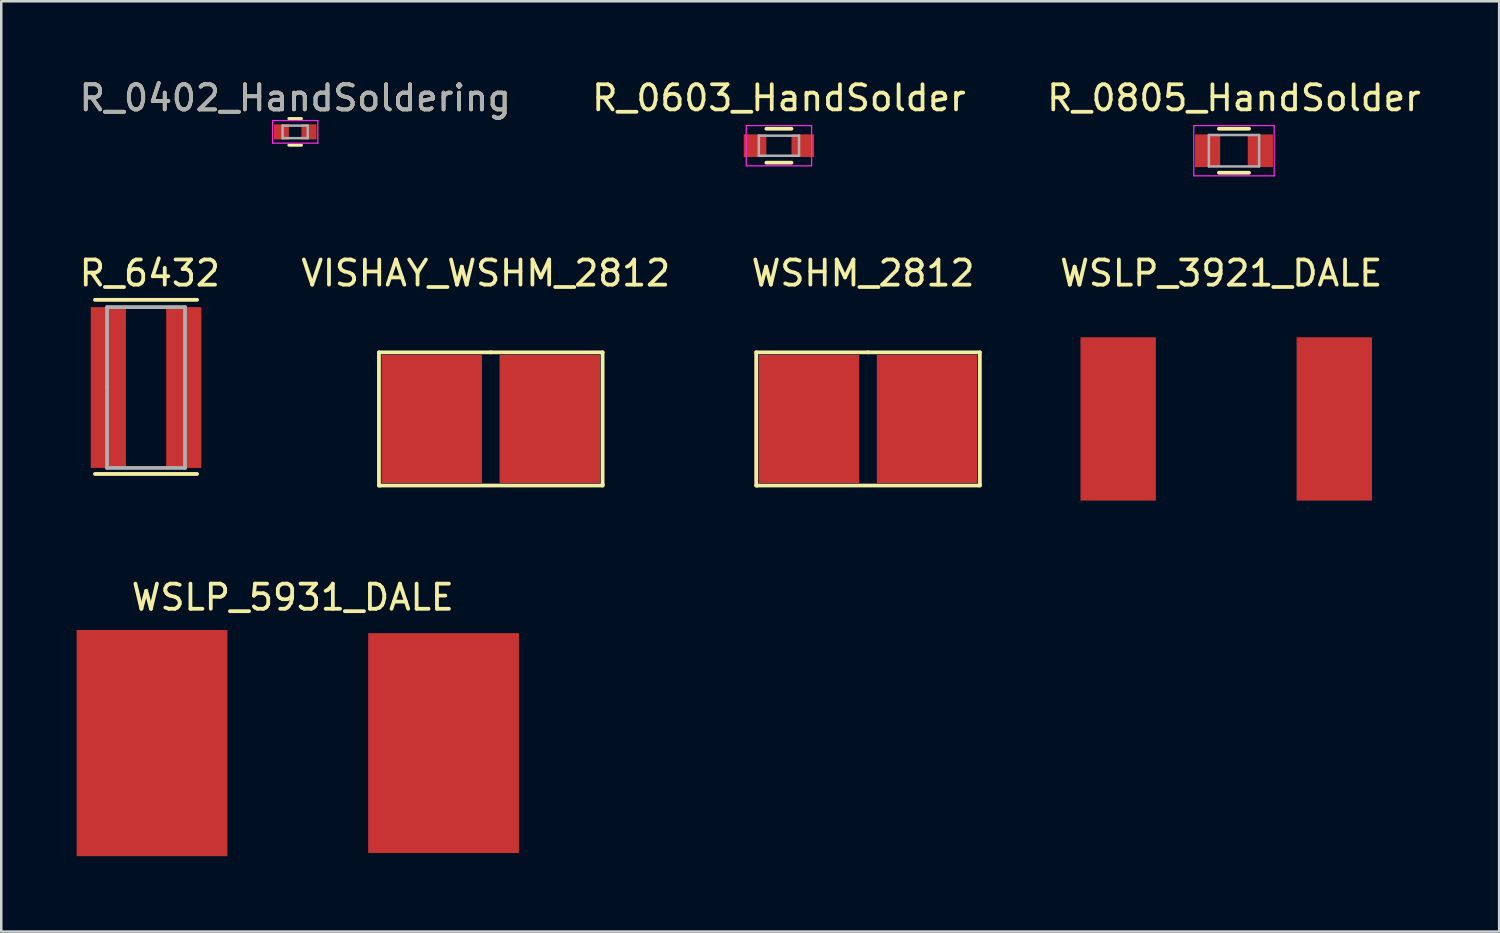
<source format=kicad_pcb>
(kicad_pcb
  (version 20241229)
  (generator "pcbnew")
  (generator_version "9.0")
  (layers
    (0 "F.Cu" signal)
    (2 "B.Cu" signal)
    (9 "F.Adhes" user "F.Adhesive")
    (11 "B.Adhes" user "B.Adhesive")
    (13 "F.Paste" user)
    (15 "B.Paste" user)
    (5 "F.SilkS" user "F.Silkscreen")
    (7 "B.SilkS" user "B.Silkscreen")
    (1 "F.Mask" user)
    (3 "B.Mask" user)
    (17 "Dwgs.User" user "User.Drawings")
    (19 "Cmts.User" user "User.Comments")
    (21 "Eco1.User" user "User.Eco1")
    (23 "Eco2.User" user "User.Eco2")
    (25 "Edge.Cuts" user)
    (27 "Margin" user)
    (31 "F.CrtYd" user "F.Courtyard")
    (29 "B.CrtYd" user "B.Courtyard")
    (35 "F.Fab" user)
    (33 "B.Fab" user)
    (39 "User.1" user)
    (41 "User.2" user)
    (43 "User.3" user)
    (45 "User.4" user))
  (footprint "VISHAY_WSHM_2812"
    (layer "F.Cu")
    (at 16.48 13.621)
    (property "Reference" "VISHAY_WSHM_2812" (at -0.2 -5.8 0) (layer "F.SilkS") (effects (font (size 1 1) (thickness 0.15))))
    (attr through_hole)
    (fp_line (start -4.45 -2.65) (end 0 -2.65) (stroke (width 0.15) (type solid)) (layer "F.SilkS"))
    (fp_line (start -4.45 2.65) (end -4.45 -2.65) (stroke (width 0.15) (type solid)) (layer "F.SilkS"))
    (fp_line (start -4.4 2.65) (end -4.45 2.65) (stroke (width 0.15) (type solid)) (layer "F.SilkS"))
    (fp_line (start 0 -2.65) (end 4.45 -2.65) (stroke (width 0.15) (type solid)) (layer "F.SilkS"))
    (fp_line (start 4.45 -2.65) (end 4.45 2.6) (stroke (width 0.15) (type solid)) (layer "F.SilkS"))
    (fp_line (start 4.45 2.6) (end 4.45 2.65) (stroke (width 0.15) (type solid)) (layer "F.SilkS"))
    (fp_line (start 4.45 2.65) (end -4.4 2.65) (stroke (width 0.15) (type solid)) (layer "F.SilkS"))
    (pad "1" smd rect (at -2.35 0) (size 4 5.1) (layers "F.Cu" "F.Mask" "F.Paste"))
    (pad "2" smd rect (at 2.35 0) (size 4 5.1) (layers "F.Cu" "F.Mask" "F.Paste")))
  (footprint "R_0402_HandSoldering"
    (layer "F.Cu")
    (at 8.696 2.198)
    (property "Reference" "R_0402_HandSoldering" (at 0 -1.35 0) (layer "F.SilkS") (effects (font (size 1 1) (thickness 0.15))))
    (attr smd)
    (fp_line (start -0.25 0.53) (end 0.25 0.53) (stroke (width 0.12) (type solid)) (layer "F.SilkS"))
    (fp_line (start 0.25 -0.53) (end -0.25 -0.53) (stroke (width 0.12) (type solid)) (layer "F.SilkS"))
    (fp_line (start -0.9 -0.45) (end -0.9 0.45) (stroke (width 0.05) (type solid)) (layer "F.CrtYd"))
    (fp_line (start -0.9 -0.45) (end 0.9 -0.45) (stroke (width 0.05) (type solid)) (layer "F.CrtYd"))
    (fp_line (start 0.9 0.45) (end -0.9 0.45) (stroke (width 0.05) (type solid)) (layer "F.CrtYd"))
    (fp_line (start 0.9 0.45) (end 0.9 -0.45) (stroke (width 0.05) (type solid)) (layer "F.CrtYd"))
    (fp_line (start -0.5 -0.25) (end 0.5 -0.25) (stroke (width 0.1) (type solid)) (layer "F.Fab"))
    (fp_line (start -0.5 0.25) (end -0.5 -0.25) (stroke (width 0.1) (type solid)) (layer "F.Fab"))
    (fp_line (start 0.5 -0.25) (end 0.5 0.25) (stroke (width 0.1) (type solid)) (layer "F.Fab"))
    (fp_line (start 0.5 0.25) (end -0.5 0.25) (stroke (width 0.1) (type solid)) (layer "F.Fab"))
    (fp_text user "${REFERENCE}" (at 0 -1.35 0) (layer "F.Fab") (effects (font (size 1 1) (thickness 0.15))))
    (pad "1" smd rect (at -0.55 0) (size 0.6 0.6) (layers "F.Cu" "F.Mask" "F.Paste"))
    (pad "2" smd rect (at 0.55 0) (size 0.6 0.6) (layers "F.Cu" "F.Mask" "F.Paste")))
  (footprint "R_0603_HandSolder"
    (layer "F.Cu")
    (at 27.946 2.748)
    (property "Reference" "R_0603_HandSolder" (at 0 -1.9 0) (layer "F.SilkS") (effects (font (size 1 1) (thickness 0.15))))
    (attr smd)
    (fp_line (start -0.5 -0.675) (end 0.5 -0.675) (stroke (width 0.15) (type solid)) (layer "F.SilkS"))
    (fp_line (start 0.5 0.675) (end -0.5 0.675) (stroke (width 0.15) (type solid)) (layer "F.SilkS"))
    (fp_line (start -1.3 -0.8) (end -1.3 0.8) (stroke (width 0.05) (type solid)) (layer "F.CrtYd"))
    (fp_line (start -1.3 -0.8) (end 1.3 -0.8) (stroke (width 0.05) (type solid)) (layer "F.CrtYd"))
    (fp_line (start -1.3 0.8) (end 1.3 0.8) (stroke (width 0.05) (type solid)) (layer "F.CrtYd"))
    (fp_line (start 1.3 -0.8) (end 1.3 0.8) (stroke (width 0.05) (type solid)) (layer "F.CrtYd"))
    (fp_line (start -0.8 -0.4) (end 0.8 -0.4) (stroke (width 0.1) (type solid)) (layer "F.Fab"))
    (fp_line (start -0.8 0.4) (end -0.8 -0.4) (stroke (width 0.1) (type solid)) (layer "F.Fab"))
    (fp_line (start 0.8 -0.4) (end 0.8 0.4) (stroke (width 0.1) (type solid)) (layer "F.Fab"))
    (fp_line (start 0.8 0.4) (end -0.8 0.4) (stroke (width 0.1) (type solid)) (layer "F.Fab"))
    (pad "1" smd rect (at -0.95 0) (size 0.9 0.9) (layers "F.Cu" "F.Mask" "F.Paste"))
    (pad "2" smd rect (at 0.95 0) (size 0.9 0.9) (layers "F.Cu" "F.Mask" "F.Paste")))
  (footprint "WSLP_5931_DALE"
    (layer "F.Cu")
    (at 8.8 26.52)
    (property "Reference" "WSLP_5931_DALE" (at -0.2 -5.8 0) (layer "F.SilkS") (effects (font (size 1 1) (thickness 0.15))))
    (attr through_hole)
    (pad "1" smd rect (at -5.8 0) (size 6 9) (layers "F.Cu" "F.Mask" "F.Paste"))
    (pad "2" smd rect (at 5.8 0) (size 6 8.75) (layers "F.Cu" "F.Mask" "F.Paste")))
  (footprint "R_6432"
    (layer "F.Cu")
    (at 2.761 12.371)
    (property "Reference" "R_6432" (at 0.15 -4.55 0) (layer "F.SilkS") (effects (font (size 1 1) (thickness 0.15))))
    (attr smd)
    (fp_line (start -2.032 -3.49) (end 2.032 -3.49) (stroke (width 0.15) (type solid)) (layer "F.SilkS"))
    (fp_line (start -2.032 3.44) (end 2.032 3.44) (stroke (width 0.15) (type solid)) (layer "F.SilkS"))
    (fp_line (start -1.55 -3.2) (end 1.55 -3.2) (stroke (width 0.15) (type solid)) (layer "F.Fab"))
    (fp_line (start -1.55 0) (end -1.55 -3.2) (stroke (width 0.15) (type solid)) (layer "F.Fab"))
    (fp_line (start -1.55 3.2) (end -1.55 -0.05) (stroke (width 0.15) (type solid)) (layer "F.Fab"))
    (fp_line (start 1.55 -3.2) (end 1.55 3.2) (stroke (width 0.15) (type solid)) (layer "F.Fab"))
    (fp_line (start 1.55 3.2) (end -1.55 3.2) (stroke (width 0.15) (type solid)) (layer "F.Fab"))
    (pad "1" smd rect (at -1.5 0) (size 1.4 6.4) (layers "F.Cu" "F.Mask" "F.Paste"))
    (pad "2" smd rect (at 1.5 0) (size 1.4 6.4) (layers "F.Cu" "F.Mask" "F.Paste")))
  (footprint "WSHM_2812"
    (layer "F.Cu")
    (at 31.492 13.621)
    (property "Reference" "WSHM_2812" (at -0.2 -5.8 0) (layer "F.SilkS") (effects (font (size 1 1) (thickness 0.15))))
    (attr through_hole)
    (fp_line (start -4.45 -2.65) (end 0 -2.65) (stroke (width 0.15) (type solid)) (layer "F.SilkS"))
    (fp_line (start -4.45 2.65) (end -4.45 -2.65) (stroke (width 0.15) (type solid)) (layer "F.SilkS"))
    (fp_line (start -4.4 2.65) (end -4.45 2.65) (stroke (width 0.15) (type solid)) (layer "F.SilkS"))
    (fp_line (start 0 -2.65) (end 4.45 -2.65) (stroke (width 0.15) (type solid)) (layer "F.SilkS"))
    (fp_line (start 4.45 -2.65) (end 4.45 2.6) (stroke (width 0.15) (type solid)) (layer "F.SilkS"))
    (fp_line (start 4.45 2.6) (end 4.45 2.65) (stroke (width 0.15) (type solid)) (layer "F.SilkS"))
    (fp_line (start 4.45 2.65) (end -4.4 2.65) (stroke (width 0.15) (type solid)) (layer "F.SilkS"))
    (pad "1" smd rect (at -2.35 0) (size 4 5.1) (layers "F.Cu" "F.Mask" "F.Paste"))
    (pad "2" smd rect (at 2.35 0) (size 4 5.1) (layers "F.Cu" "F.Mask" "F.Paste")))
  (footprint "WSLP_3921_DALE"
    (layer "F.Cu")
    (at 45.746 13.621)
    (property "Reference" "WSLP_3921_DALE" (at -0.2 -5.8 0) (layer "F.SilkS") (effects (font (size 1 1) (thickness 0.15))))
    (attr through_hole)
    (pad "1" smd rect (at -4.3 0) (size 3 6.5) (layers "F.Cu" "F.Mask" "F.Paste"))
    (pad "2" smd rect (at 4.3 0) (size 3 6.5) (layers "F.Cu" "F.Mask" "F.Paste")))
  (footprint "R_0805_HandSolder"
    (layer "F.Cu")
    (at 46.054 2.948)
    (property "Reference" "R_0805_HandSolder" (at 0 -2.1 0) (layer "F.SilkS") (effects (font (size 1 1) (thickness 0.15))))
    (attr smd)
    (fp_line (start -0.6 -0.875) (end 0.6 -0.875) (stroke (width 0.15) (type solid)) (layer "F.SilkS"))
    (fp_line (start 0.6 0.875) (end -0.6 0.875) (stroke (width 0.15) (type solid)) (layer "F.SilkS"))
    (fp_line (start -1.6 -1) (end -1.6 1) (stroke (width 0.05) (type solid)) (layer "F.CrtYd"))
    (fp_line (start -1.6 -1) (end 1.6 -1) (stroke (width 0.05) (type solid)) (layer "F.CrtYd"))
    (fp_line (start -1.6 1) (end 1.6 1) (stroke (width 0.05) (type solid)) (layer "F.CrtYd"))
    (fp_line (start 1.6 -1) (end 1.6 1) (stroke (width 0.05) (type solid)) (layer "F.CrtYd"))
    (fp_line (start -1 -0.625) (end 1 -0.625) (stroke (width 0.1) (type solid)) (layer "F.Fab"))
    (fp_line (start -1 0.625) (end -1 -0.625) (stroke (width 0.1) (type solid)) (layer "F.Fab"))
    (fp_line (start 1 -0.625) (end 1 0.625) (stroke (width 0.1) (type solid)) (layer "F.Fab"))
    (fp_line (start 1 0.625) (end -1 0.625) (stroke (width 0.1) (type solid)) (layer "F.Fab"))
    (pad "1" smd rect (at -1.05 0) (size 1 1.3) (layers "F.Cu" "F.Mask" "F.Paste"))
    (pad "2" smd rect (at 1.05 0) (size 1 1.3) (layers "F.Cu" "F.Mask" "F.Paste")))
  (gr_rect
    (start -3 -3)
    (end 56.607 34.02)
    (stroke (width 0.1) (type default))
    (fill no)
    (layer "Edge.Cuts")))
</source>
